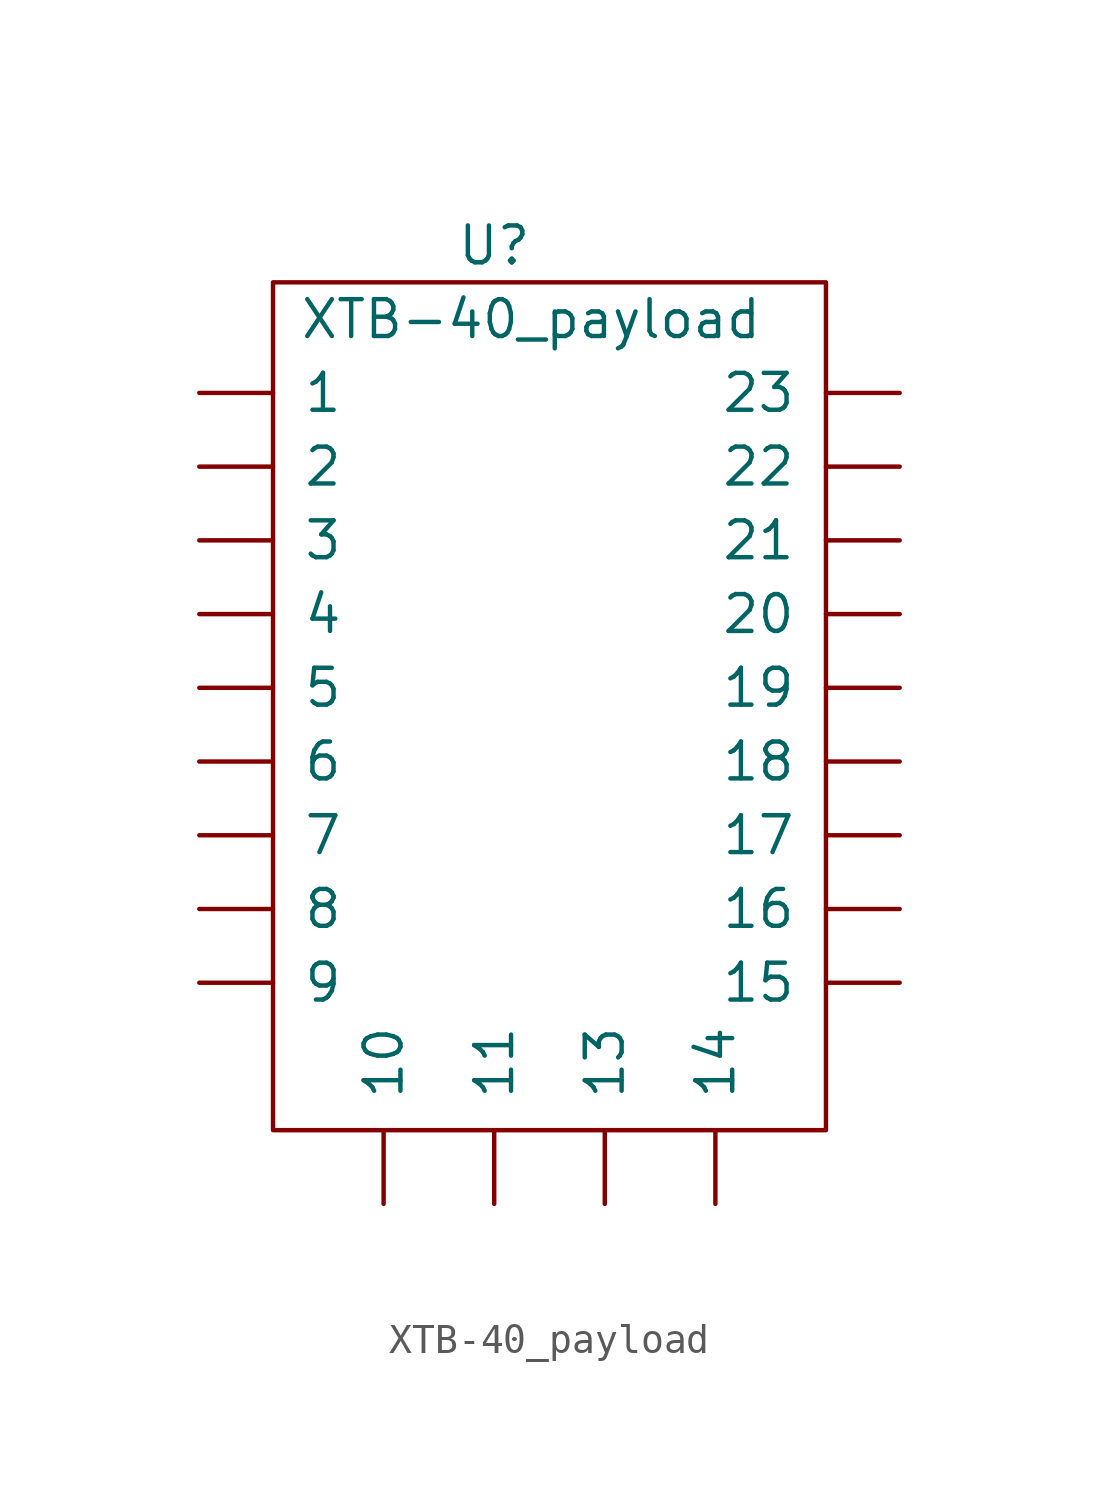
<source format=kicad_sym>
(kicad_symbol_lib
  (version 20220914)
  (generator kicad_symbol_editor)
  (symbol "XTB-40_payload"
    (pin_names
      (offset 1.016))
    (property "Reference" "U"
      (at -2.54 13.97 0)
      (effects (font (size 1.27 1.27))))
    (property "Value" "XTB-40_payload"
      (at -1.27 11.43 0)
      (effects (font (size 1.27 1.27))))
    (symbol "XTB-40_payload_1_0"
      (pin bidirectional line (at -12.7 8.89 0) (length 2.54) (name "1" (effects (font (size 1.27 1.27)))) (number "1" (effects (font (size 0 0))))))
    (symbol "XTB-40_payload_1_1"
      (rectangle (start -10.16 12.7) (end 8.89 -16.51) (stroke (width 0) (type solid)) (fill (type none)))
      (pin bidirectional line (at -6.35 -19.05 90) (length 2.54) (name "10" (effects (font (size 1.27 1.27)))) (number "10" (effects (font (size 0 0)))))
      (pin bidirectional line (at -2.54 -19.05 90) (length 2.54) (name "11" (effects (font (size 1.27 1.27)))) (number "11" (effects (font (size 0 0)))))
      (pin bidirectional line (at 1.27 -19.05 90) (length 2.54) (name "13" (effects (font (size 1.27 1.27)))) (number "13" (effects (font (size 0 0)))))
      (pin bidirectional line (at 5.08 -19.05 90) (length 2.54) (name "14" (effects (font (size 1.27 1.27)))) (number "14" (effects (font (size 0 0)))))
      (pin bidirectional line (at 11.43 -11.43 180) (length 2.54) (name "15" (effects (font (size 1.27 1.27)))) (number "15" (effects (font (size 0 0)))))
      (pin bidirectional line (at 11.43 -8.89 180) (length 2.54) (name "16" (effects (font (size 1.27 1.27)))) (number "16" (effects (font (size 0 0)))))
      (pin bidirectional line (at 11.43 -6.35 180) (length 2.54) (name "17" (effects (font (size 1.27 1.27)))) (number "17" (effects (font (size 0 0)))))
      (pin bidirectional line (at 11.43 -3.81 180) (length 2.54) (name "18" (effects (font (size 1.27 1.27)))) (number "18" (effects (font (size 0 0)))))
      (pin bidirectional line (at 11.43 -1.27 180) (length 2.54) (name "19" (effects (font (size 1.27 1.27)))) (number "19" (effects (font (size 0 0)))))
      (pin bidirectional line (at -12.7 6.35 0) (length 2.54) (name "2" (effects (font (size 1.27 1.27)))) (number "2" (effects (font (size 0 0)))))
      (pin bidirectional line (at 11.43 1.27 180) (length 2.54) (name "20" (effects (font (size 1.27 1.27)))) (number "20" (effects (font (size 0 0)))))
      (pin bidirectional line (at 11.43 3.81 180) (length 2.54) (name "21" (effects (font (size 1.27 1.27)))) (number "21" (effects (font (size 0 0)))))
      (pin bidirectional line (at 11.43 6.35 180) (length 2.54) (name "22" (effects (font (size 1.27 1.27)))) (number "22" (effects (font (size 0 0)))))
      (pin bidirectional line (at 11.43 8.89 180) (length 2.54) (name "23" (effects (font (size 1.27 1.27)))) (number "23" (effects (font (size 0 0)))))
      (pin bidirectional line (at -12.7 3.81 0) (length 2.54) (name "3" (effects (font (size 1.27 1.27)))) (number "3" (effects (font (size 0 0)))))
      (pin bidirectional line (at -12.7 1.27 0) (length 2.54) (name "4" (effects (font (size 1.27 1.27)))) (number "4" (effects (font (size 0 0)))))
      (pin bidirectional line (at -12.7 -1.27 0) (length 2.54) (name "5" (effects (font (size 1.27 1.27)))) (number "5" (effects (font (size 0 0)))))
      (pin bidirectional line (at -12.7 -3.81 0) (length 2.54) (name "6" (effects (font (size 1.27 1.27)))) (number "6" (effects (font (size 0 0)))))
      (pin bidirectional line (at -12.7 -6.35 0) (length 2.54) (name "7" (effects (font (size 1.27 1.27)))) (number "7" (effects (font (size 0 0)))))
      (pin bidirectional line (at -12.7 -8.89 0) (length 2.54) (name "8" (effects (font (size 1.27 1.27)))) (number "8" (effects (font (size 0 0)))))
      (pin bidirectional line (at -12.7 -11.43 0) (length 2.54) (name "9" (effects (font (size 1.27 1.27)))) (number "9" (effects (font (size 0 0))))))))
</source>
